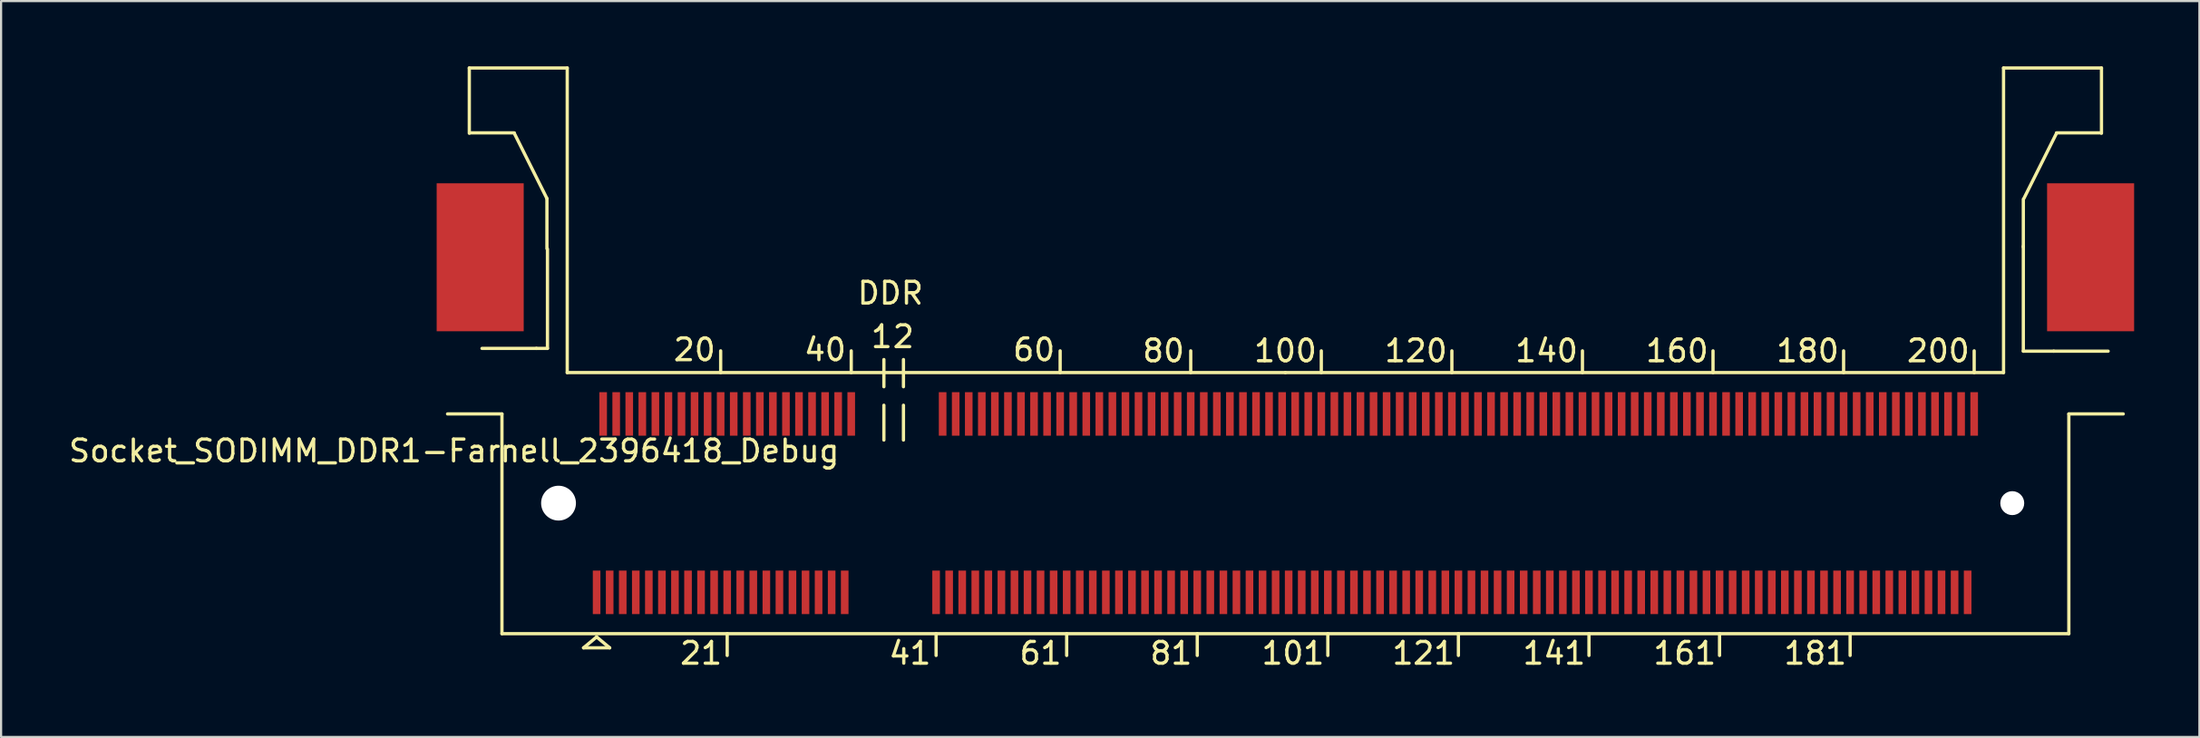
<source format=kicad_pcb>
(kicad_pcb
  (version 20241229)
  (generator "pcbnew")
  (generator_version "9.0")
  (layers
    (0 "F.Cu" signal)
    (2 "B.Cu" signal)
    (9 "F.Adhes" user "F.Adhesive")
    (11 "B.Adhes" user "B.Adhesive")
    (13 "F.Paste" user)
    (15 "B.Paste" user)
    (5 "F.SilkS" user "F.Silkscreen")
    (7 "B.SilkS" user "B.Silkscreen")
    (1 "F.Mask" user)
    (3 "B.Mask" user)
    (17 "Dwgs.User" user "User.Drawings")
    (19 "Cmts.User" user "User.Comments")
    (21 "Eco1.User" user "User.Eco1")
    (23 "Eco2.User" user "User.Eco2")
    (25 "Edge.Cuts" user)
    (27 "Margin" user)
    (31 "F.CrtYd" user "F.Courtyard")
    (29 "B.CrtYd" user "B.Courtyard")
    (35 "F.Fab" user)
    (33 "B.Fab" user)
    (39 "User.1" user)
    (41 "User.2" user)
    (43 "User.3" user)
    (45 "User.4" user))
  (footprint "Socket_SODIMM_DDR1-Farnell_2396418_Debug"
    (layer "F.Cu")
    (at 56.015 20.075)
    (property "Reference" "Socket_SODIMM_DDR1-Farnell_2396418_Debug" (at -38.2 -2.4 0) (layer "F.SilkS") (effects (font (size 1 1) (thickness 0.15))))
    (attr smd)
    (fp_line (start -37.5 -20) (end -37.5 -17) (stroke (width 0.15) (type solid)) (layer "F.SilkS"))
    (fp_line (start -37.465 -17.018) (end -35.433 -17.018) (stroke (width 0.15) (type solid)) (layer "F.SilkS"))
    (fp_line (start -36 -4.1) (end -38.5 -4.1) (stroke (width 0.15) (type solid)) (layer "F.SilkS"))
    (fp_line (start -36 -4.1) (end -36 6) (stroke (width 0.15) (type solid)) (layer "F.SilkS"))
    (fp_line (start -36 6) (end 36 6) (stroke (width 0.15) (type solid)) (layer "F.SilkS"))
    (fp_line (start -35.433 -17) (end -33.933 -14) (stroke (width 0.15) (type solid)) (layer "F.SilkS"))
    (fp_line (start -34.417 -7.112) (end -36.917 -7.112) (stroke (width 0.15) (type solid)) (layer "F.SilkS"))
    (fp_line (start -33.933 -14) (end -33.933 -11.7) (stroke (width 0.15) (type solid)) (layer "F.SilkS"))
    (fp_line (start -33.909 -11.684) (end -33.909 -7.112) (stroke (width 0.15) (type solid)) (layer "F.SilkS"))
    (fp_line (start -33.909 -7.112) (end -34.417 -7.112) (stroke (width 0.15) (type solid)) (layer "F.SilkS"))
    (fp_line (start -33 -20) (end -37.5 -20) (stroke (width 0.15) (type solid)) (layer "F.SilkS"))
    (fp_line (start -33 -6) (end -33 -20) (stroke (width 0.15) (type solid)) (layer "F.SilkS"))
    (fp_line (start -32.25 6.65) (end -31.65 6.15) (stroke (width 0.15) (type solid)) (layer "F.SilkS"))
    (fp_line (start -31.65 6.15) (end -31.05 6.65) (stroke (width 0.15) (type solid)) (layer "F.SilkS"))
    (fp_line (start -31.05 6.65) (end -32.25 6.65) (stroke (width 0.15) (type solid)) (layer "F.SilkS"))
    (fp_line (start -25.95 -6) (end -25.95 -7) (stroke (width 0.15) (type solid)) (layer "F.SilkS"))
    (fp_line (start -25.65 7) (end -25.65 6) (stroke (width 0.15) (type solid)) (layer "F.SilkS"))
    (fp_line (start -19.95 -6) (end -19.95 -7) (stroke (width 0.15) (type solid)) (layer "F.SilkS"))
    (fp_line (start -18.45 -5.35) (end -18.45 -6.6) (stroke (width 0.15) (type solid)) (layer "F.SilkS"))
    (fp_line (start -18.45 -4.5) (end -18.45 -2.9) (stroke (width 0.15) (type solid)) (layer "F.SilkS"))
    (fp_line (start -17.55 -5.35) (end -17.55 -6.6) (stroke (width 0.15) (type solid)) (layer "F.SilkS"))
    (fp_line (start -17.55 -4.5) (end -17.55 -2.9) (stroke (width 0.15) (type solid)) (layer "F.SilkS"))
    (fp_line (start -16.05 7) (end -16.05 6) (stroke (width 0.15) (type solid)) (layer "F.SilkS"))
    (fp_line (start -10.35 -6) (end -10.35 -7) (stroke (width 0.15) (type solid)) (layer "F.SilkS"))
    (fp_line (start -10.05 7) (end -10.05 6) (stroke (width 0.15) (type solid)) (layer "F.SilkS"))
    (fp_line (start -4.35 -6) (end -4.35 -7) (stroke (width 0.15) (type solid)) (layer "F.SilkS"))
    (fp_line (start -4.05 7) (end -4.05 6) (stroke (width 0.15) (type solid)) (layer "F.SilkS"))
    (fp_line (start 0 -6) (end -33 -6) (stroke (width 0.15) (type solid)) (layer "F.SilkS"))
    (fp_line (start 1.65 -6) (end 1.65 -7) (stroke (width 0.15) (type solid)) (layer "F.SilkS"))
    (fp_line (start 1.95 7) (end 1.95 6) (stroke (width 0.15) (type solid)) (layer "F.SilkS"))
    (fp_line (start 7.65 -6) (end 7.65 -7) (stroke (width 0.15) (type solid)) (layer "F.SilkS"))
    (fp_line (start 7.95 7) (end 7.95 6) (stroke (width 0.15) (type solid)) (layer "F.SilkS"))
    (fp_line (start 13.65 -6) (end 13.65 -7) (stroke (width 0.15) (type solid)) (layer "F.SilkS"))
    (fp_line (start 13.95 7) (end 13.95 6) (stroke (width 0.15) (type solid)) (layer "F.SilkS"))
    (fp_line (start 19.65 -6) (end 19.65 -7) (stroke (width 0.15) (type solid)) (layer "F.SilkS"))
    (fp_line (start 19.95 7) (end 19.95 6) (stroke (width 0.15) (type solid)) (layer "F.SilkS"))
    (fp_line (start 25.65 -6) (end 25.65 -7) (stroke (width 0.15) (type solid)) (layer "F.SilkS"))
    (fp_line (start 25.95 7) (end 25.95 6) (stroke (width 0.15) (type solid)) (layer "F.SilkS"))
    (fp_line (start 31.65 -6) (end 31.65 -7) (stroke (width 0.15) (type solid)) (layer "F.SilkS"))
    (fp_line (start 33 -20) (end 33 -6) (stroke (width 0.15) (type solid)) (layer "F.SilkS"))
    (fp_line (start 33 -6) (end 0 -6) (stroke (width 0.15) (type solid)) (layer "F.SilkS"))
    (fp_line (start 33.909 -13.97) (end 33.909 -11.77) (stroke (width 0.15) (type solid)) (layer "F.SilkS"))
    (fp_line (start 33.909 -11.811) (end 33.909 -6.985) (stroke (width 0.15) (type solid)) (layer "F.SilkS"))
    (fp_line (start 33.909 -6.985) (end 35.306 -6.985) (stroke (width 0.15) (type solid)) (layer "F.SilkS"))
    (fp_line (start 33.933 -14) (end 35.433 -17) (stroke (width 0.15) (type solid)) (layer "F.SilkS"))
    (fp_line (start 35.306 -6.985) (end 37.806 -6.985) (stroke (width 0.15) (type solid)) (layer "F.SilkS"))
    (fp_line (start 36 -4.1) (end 38.5 -4.1) (stroke (width 0.15) (type solid)) (layer "F.SilkS"))
    (fp_line (start 36 6) (end 36 -4.1) (stroke (width 0.15) (type solid)) (layer "F.SilkS"))
    (fp_line (start 37.465 -17.018) (end 35.433 -17.018) (stroke (width 0.15) (type solid)) (layer "F.SilkS"))
    (fp_line (start 37.5 -20) (end 33 -20) (stroke (width 0.15) (type solid)) (layer "F.SilkS"))
    (fp_line (start 37.5 -17) (end 37.5 -20) (stroke (width 0.15) (type solid)) (layer "F.SilkS"))
    (fp_text user "101" (at 0.35 6.9 0) (layer "F.SilkS") (effects (font (size 1 1) (thickness 0.15))))
    (fp_text user "140" (at 12 -7 0) (layer "F.SilkS") (effects (font (size 1 1) (thickness 0.15))))
    (fp_text user "61" (at -11.25 6.9 0) (layer "F.SilkS") (effects (font (size 1 1) (thickness 0.15))))
    (fp_text user "60" (at -11.55 -7.05 0) (layer "F.SilkS") (effects (font (size 1 1) (thickness 0.15))))
    (fp_text user "180" (at 24 -7 0) (layer "F.SilkS") (effects (font (size 1 1) (thickness 0.15))))
    (fp_text user "DDR" (at -18.15 -9.65 0) (layer "F.SilkS") (effects (font (size 1 1) (thickness 0.15))))
    (fp_text user "121" (at 6.35 6.9 0) (layer "F.SilkS") (effects (font (size 1 1) (thickness 0.15))))
    (fp_text user "80" (at -5.6 -7 0) (layer "F.SilkS") (effects (font (size 1 1) (thickness 0.15))))
    (fp_text user "1" (at -18.55 -7.65 0) (layer "F.SilkS") (effects (font (size 1 1) (thickness 0.15))))
    (fp_text user "161" (at 18.35 6.9 0) (layer "F.SilkS") (effects (font (size 1 1) (thickness 0.15))))
    (fp_text user "120" (at 6 -7 0) (layer "F.SilkS") (effects (font (size 1 1) (thickness 0.15))))
    (fp_text user "41" (at -17.25 6.9 0) (layer "F.SilkS") (effects (font (size 1 1) (thickness 0.15))))
    (fp_text user "21" (at -26.85 6.9 0) (layer "F.SilkS") (effects (font (size 1 1) (thickness 0.15))))
    (fp_text user "100" (at 0 -7 0) (layer "F.SilkS") (effects (font (size 1 1) (thickness 0.15))))
    (fp_text user "2" (at -17.55 -7.65 0) (layer "F.SilkS") (effects (font (size 1 1) (thickness 0.15))))
    (fp_text user "160" (at 18 -7 0) (layer "F.SilkS") (effects (font (size 1 1) (thickness 0.15))))
    (fp_text user "200" (at 30 -7 0) (layer "F.SilkS") (effects (font (size 1 1) (thickness 0.15))))
    (fp_text user "141" (at 12.35 6.9 0) (layer "F.SilkS") (effects (font (size 1 1) (thickness 0.15))))
    (fp_text user "40" (at -21.15 -7.05 0) (layer "F.SilkS") (effects (font (size 1 1) (thickness 0.15))))
    (fp_text user "181" (at 24.35 6.9 0) (layer "F.SilkS") (effects (font (size 1 1) (thickness 0.15))))
    (fp_text user "20" (at -27.15 -7.05 0) (layer "F.SilkS") (effects (font (size 1 1) (thickness 0.15))))
    (fp_text user "81" (at -5.25 6.9 0) (layer "F.SilkS") (effects (font (size 1 1) (thickness 0.15))))
    (pad "" smd rect (at -37 -11.3) (size 4 6.8) (layers "F.Cu" "F.Mask" "F.Paste"))
    (pad "" np_thru_hole circle (at -33.4 0) (size 1.6 1.6) (drill 1.6) (layers "*.Cu" "*.Mask"))
    (pad "" np_thru_hole circle (at 33.4 0) (size 1.1 1.1) (drill 1.1) (layers "*.Cu" "*.Mask"))
    (pad "" smd rect (at 37 -11.3) (size 4 6.8) (layers "F.Cu" "F.Mask" "F.Paste"))
    (pad "1" smd rect (at -31.65 4.1) (size 0.35 2) (layers "F.Cu" "F.Mask" "F.Paste"))
    (pad "2" smd rect (at -31.35 -4.1) (size 0.35 2) (layers "F.Cu" "F.Mask" "F.Paste"))
    (pad "3" smd rect (at -31.05 4.1) (size 0.35 2) (layers "F.Cu" "F.Mask" "F.Paste"))
    (pad "4" smd rect (at -30.75 -4.1) (size 0.35 2) (layers "F.Cu" "F.Mask" "F.Paste"))
    (pad "5" smd rect (at -30.45 4.1) (size 0.35 2) (layers "F.Cu" "F.Mask" "F.Paste"))
    (pad "6" smd rect (at -30.15 -4.1) (size 0.35 2) (layers "F.Cu" "F.Mask" "F.Paste"))
    (pad "7" smd rect (at -29.85 4.1) (size 0.35 2) (layers "F.Cu" "F.Mask" "F.Paste"))
    (pad "8" smd rect (at -29.55 -4.1) (size 0.35 2) (layers "F.Cu" "F.Mask" "F.Paste"))
    (pad "9" smd rect (at -29.25 4.1) (size 0.35 2) (layers "F.Cu" "F.Mask" "F.Paste"))
    (pad "10" smd rect (at -28.95 -4.1) (size 0.35 2) (layers "F.Cu" "F.Mask" "F.Paste"))
    (pad "11" smd rect (at -28.65 4.1) (size 0.35 2) (layers "F.Cu" "F.Mask" "F.Paste"))
    (pad "12" smd rect (at -28.35 -4.1) (size 0.35 2) (layers "F.Cu" "F.Mask" "F.Paste"))
    (pad "13" smd rect (at -28.05 4.1) (size 0.35 2) (layers "F.Cu" "F.Mask" "F.Paste"))
    (pad "14" smd rect (at -27.75 -4.1) (size 0.35 2) (layers "F.Cu" "F.Mask" "F.Paste"))
    (pad "15" smd rect (at -27.45 4.1) (size 0.35 2) (layers "F.Cu" "F.Mask" "F.Paste"))
    (pad "16" smd rect (at -27.15 -4.1) (size 0.35 2) (layers "F.Cu" "F.Mask" "F.Paste"))
    (pad "17" smd rect (at -26.85 4.1) (size 0.35 2) (layers "F.Cu" "F.Mask" "F.Paste"))
    (pad "18" smd rect (at -26.55 -4.1) (size 0.35 2) (layers "F.Cu" "F.Mask" "F.Paste"))
    (pad "19" smd rect (at -26.25 4.1) (size 0.35 2) (layers "F.Cu" "F.Mask" "F.Paste"))
    (pad "20" smd rect (at -25.95 -4.1) (size 0.35 2) (layers "F.Cu" "F.Mask" "F.Paste"))
    (pad "21" smd rect (at -25.65 4.1) (size 0.35 2) (layers "F.Cu" "F.Mask" "F.Paste"))
    (pad "22" smd rect (at -25.35 -4.1) (size 0.35 2) (layers "F.Cu" "F.Mask" "F.Paste"))
    (pad "23" smd rect (at -25.05 4.1) (size 0.35 2) (layers "F.Cu" "F.Mask" "F.Paste"))
    (pad "24" smd rect (at -24.75 -4.1) (size 0.35 2) (layers "F.Cu" "F.Mask" "F.Paste"))
    (pad "25" smd rect (at -24.45 4.1) (size 0.35 2) (layers "F.Cu" "F.Mask" "F.Paste"))
    (pad "26" smd rect (at -24.15 -4.1) (size 0.35 2) (layers "F.Cu" "F.Mask" "F.Paste"))
    (pad "27" smd rect (at -23.85 4.1) (size 0.35 2) (layers "F.Cu" "F.Mask" "F.Paste"))
    (pad "28" smd rect (at -23.55 -4.1) (size 0.35 2) (layers "F.Cu" "F.Mask" "F.Paste"))
    (pad "29" smd rect (at -23.25 4.1) (size 0.35 2) (layers "F.Cu" "F.Mask" "F.Paste"))
    (pad "30" smd rect (at -22.95 -4.1) (size 0.35 2) (layers "F.Cu" "F.Mask" "F.Paste"))
    (pad "31" smd rect (at -22.65 4.1) (size 0.35 2) (layers "F.Cu" "F.Mask" "F.Paste"))
    (pad "32" smd rect (at -22.35 -4.1) (size 0.35 2) (layers "F.Cu" "F.Mask" "F.Paste"))
    (pad "33" smd rect (at -22.05 4.1) (size 0.35 2) (layers "F.Cu" "F.Mask" "F.Paste"))
    (pad "34" smd rect (at -21.75 -4.1) (size 0.35 2) (layers "F.Cu" "F.Mask" "F.Paste"))
    (pad "35" smd rect (at -21.45 4.1) (size 0.35 2) (layers "F.Cu" "F.Mask" "F.Paste"))
    (pad "36" smd rect (at -21.15 -4.1) (size 0.35 2) (layers "F.Cu" "F.Mask" "F.Paste"))
    (pad "37" smd rect (at -20.85 4.1) (size 0.35 2) (layers "F.Cu" "F.Mask" "F.Paste"))
    (pad "38" smd rect (at -20.55 -4.1) (size 0.35 2) (layers "F.Cu" "F.Mask" "F.Paste"))
    (pad "39" smd rect (at -20.25 4.1) (size 0.35 2) (layers "F.Cu" "F.Mask" "F.Paste"))
    (pad "40" smd rect (at -19.95 -4.1) (size 0.35 2) (layers "F.Cu" "F.Mask" "F.Paste"))
    (pad "41" smd rect (at -16.05 4.1) (size 0.35 2) (layers "F.Cu" "F.Mask" "F.Paste"))
    (pad "42" smd rect (at -15.75 -4.1) (size 0.35 2) (layers "F.Cu" "F.Mask" "F.Paste"))
    (pad "43" smd rect (at -15.45 4.1) (size 0.35 2) (layers "F.Cu" "F.Mask" "F.Paste"))
    (pad "44" smd rect (at -15.15 -4.1) (size 0.35 2) (layers "F.Cu" "F.Mask" "F.Paste"))
    (pad "45" smd rect (at -14.85 4.1) (size 0.35 2) (layers "F.Cu" "F.Mask" "F.Paste"))
    (pad "46" smd rect (at -14.55 -4.1) (size 0.35 2) (layers "F.Cu" "F.Mask" "F.Paste"))
    (pad "47" smd rect (at -14.25 4.1) (size 0.35 2) (layers "F.Cu" "F.Mask" "F.Paste"))
    (pad "48" smd rect (at -13.95 -4.1) (size 0.35 2) (layers "F.Cu" "F.Mask" "F.Paste"))
    (pad "49" smd rect (at -13.65 4.1) (size 0.35 2) (layers "F.Cu" "F.Mask" "F.Paste"))
    (pad "50" smd rect (at -13.35 -4.1) (size 0.35 2) (layers "F.Cu" "F.Mask" "F.Paste"))
    (pad "51" smd rect (at -13.05 4.1) (size 0.35 2) (layers "F.Cu" "F.Mask" "F.Paste"))
    (pad "52" smd rect (at -12.75 -4.1) (size 0.35 2) (layers "F.Cu" "F.Mask" "F.Paste"))
    (pad "53" smd rect (at -12.45 4.1) (size 0.35 2) (layers "F.Cu" "F.Mask" "F.Paste"))
    (pad "54" smd rect (at -12.15 -4.1) (size 0.35 2) (layers "F.Cu" "F.Mask" "F.Paste"))
    (pad "55" smd rect (at -11.85 4.1) (size 0.35 2) (layers "F.Cu" "F.Mask" "F.Paste"))
    (pad "56" smd rect (at -11.55 -4.1) (size 0.35 2) (layers "F.Cu" "F.Mask" "F.Paste"))
    (pad "57" smd rect (at -11.25 4.1) (size 0.35 2) (layers "F.Cu" "F.Mask" "F.Paste"))
    (pad "58" smd rect (at -10.95 -4.1) (size 0.35 2) (layers "F.Cu" "F.Mask" "F.Paste"))
    (pad "59" smd rect (at -10.65 4.1) (size 0.35 2) (layers "F.Cu" "F.Mask" "F.Paste"))
    (pad "60" smd rect (at -10.35 -4.1) (size 0.35 2) (layers "F.Cu" "F.Mask" "F.Paste"))
    (pad "61" smd rect (at -10.05 4.1) (size 0.35 2) (layers "F.Cu" "F.Mask" "F.Paste"))
    (pad "62" smd rect (at -9.75 -4.1) (size 0.35 2) (layers "F.Cu" "F.Mask" "F.Paste"))
    (pad "63" smd rect (at -9.45 4.1) (size 0.35 2) (layers "F.Cu" "F.Mask" "F.Paste"))
    (pad "64" smd rect (at -9.15 -4.1) (size 0.35 2) (layers "F.Cu" "F.Mask" "F.Paste"))
    (pad "65" smd rect (at -8.85 4.1) (size 0.35 2) (layers "F.Cu" "F.Mask" "F.Paste"))
    (pad "66" smd rect (at -8.55 -4.1) (size 0.35 2) (layers "F.Cu" "F.Mask" "F.Paste"))
    (pad "67" smd rect (at -8.25 4.1) (size 0.35 2) (layers "F.Cu" "F.Mask" "F.Paste"))
    (pad "68" smd rect (at -7.95 -4.1) (size 0.35 2) (layers "F.Cu" "F.Mask" "F.Paste"))
    (pad "69" smd rect (at -7.65 4.1) (size 0.35 2) (layers "F.Cu" "F.Mask" "F.Paste"))
    (pad "70" smd rect (at -7.35 -4.1) (size 0.35 2) (layers "F.Cu" "F.Mask" "F.Paste"))
    (pad "71" smd rect (at -7.05 4.1) (size 0.35 2) (layers "F.Cu" "F.Mask" "F.Paste"))
    (pad "72" smd rect (at -6.75 -4.1) (size 0.35 2) (layers "F.Cu" "F.Mask" "F.Paste"))
    (pad "73" smd rect (at -6.45 4.1) (size 0.35 2) (layers "F.Cu" "F.Mask" "F.Paste"))
    (pad "74" smd rect (at -6.15 -4.1) (size 0.35 2) (layers "F.Cu" "F.Mask" "F.Paste"))
    (pad "75" smd rect (at -5.85 4.1) (size 0.35 2) (layers "F.Cu" "F.Mask" "F.Paste"))
    (pad "76" smd rect (at -5.55 -4.1) (size 0.35 2) (layers "F.Cu" "F.Mask" "F.Paste"))
    (pad "77" smd rect (at -5.25 4.1) (size 0.35 2) (layers "F.Cu" "F.Mask" "F.Paste"))
    (pad "78" smd rect (at -4.95 -4.1) (size 0.35 2) (layers "F.Cu" "F.Mask" "F.Paste"))
    (pad "79" smd rect (at -4.65 4.1) (size 0.35 2) (layers "F.Cu" "F.Mask" "F.Paste"))
    (pad "80" smd rect (at -4.35 -4.1) (size 0.35 2) (layers "F.Cu" "F.Mask" "F.Paste"))
    (pad "81" smd rect (at -4.05 4.1) (size 0.35 2) (layers "F.Cu" "F.Mask" "F.Paste"))
    (pad "82" smd rect (at -3.75 -4.1) (size 0.35 2) (layers "F.Cu" "F.Mask" "F.Paste"))
    (pad "83" smd rect (at -3.45 4.1) (size 0.35 2) (layers "F.Cu" "F.Mask" "F.Paste"))
    (pad "84" smd rect (at -3.15 -4.1) (size 0.35 2) (layers "F.Cu" "F.Mask" "F.Paste"))
    (pad "85" smd rect (at -2.85 4.1) (size 0.35 2) (layers "F.Cu" "F.Mask" "F.Paste"))
    (pad "86" smd rect (at -2.55 -4.1) (size 0.35 2) (layers "F.Cu" "F.Mask" "F.Paste"))
    (pad "87" smd rect (at -2.25 4.1) (size 0.35 2) (layers "F.Cu" "F.Mask" "F.Paste"))
    (pad "88" smd rect (at -1.95 -4.1) (size 0.35 2) (layers "F.Cu" "F.Mask" "F.Paste"))
    (pad "89" smd rect (at -1.65 4.1) (size 0.35 2) (layers "F.Cu" "F.Mask" "F.Paste"))
    (pad "90" smd rect (at -1.35 -4.1) (size 0.35 2) (layers "F.Cu" "F.Mask" "F.Paste"))
    (pad "91" smd rect (at -1.05 4.1) (size 0.35 2) (layers "F.Cu" "F.Mask" "F.Paste"))
    (pad "92" smd rect (at -0.75 -4.1) (size 0.35 2) (layers "F.Cu" "F.Mask" "F.Paste"))
    (pad "93" smd rect (at -0.45 4.1) (size 0.35 2) (layers "F.Cu" "F.Mask" "F.Paste"))
    (pad "94" smd rect (at -0.15 -4.1) (size 0.35 2) (layers "F.Cu" "F.Mask" "F.Paste"))
    (pad "95" smd rect (at 0.15 4.1) (size 0.35 2) (layers "F.Cu" "F.Mask" "F.Paste"))
    (pad "96" smd rect (at 0.45 -4.1) (size 0.35 2) (layers "F.Cu" "F.Mask" "F.Paste"))
    (pad "97" smd rect (at 0.75 4.1) (size 0.35 2) (layers "F.Cu" "F.Mask" "F.Paste"))
    (pad "98" smd rect (at 1.05 -4.1) (size 0.35 2) (layers "F.Cu" "F.Mask" "F.Paste"))
    (pad "99" smd rect (at 1.35 4.1) (size 0.35 2) (layers "F.Cu" "F.Mask" "F.Paste"))
    (pad "100" smd rect (at 1.65 -4.1) (size 0.35 2) (layers "F.Cu" "F.Mask" "F.Paste"))
    (pad "101" smd rect (at 1.95 4.1) (size 0.35 2) (layers "F.Cu" "F.Mask" "F.Paste"))
    (pad "102" smd rect (at 2.25 -4.1) (size 0.35 2) (layers "F.Cu" "F.Mask" "F.Paste"))
    (pad "103" smd rect (at 2.55 4.1) (size 0.35 2) (layers "F.Cu" "F.Mask" "F.Paste"))
    (pad "104" smd rect (at 2.85 -4.1) (size 0.35 2) (layers "F.Cu" "F.Mask" "F.Paste"))
    (pad "105" smd rect (at 3.15 4.1) (size 0.35 2) (layers "F.Cu" "F.Mask" "F.Paste"))
    (pad "106" smd rect (at 3.45 -4.1) (size 0.35 2) (layers "F.Cu" "F.Mask" "F.Paste"))
    (pad "107" smd rect (at 3.75 4.1) (size 0.35 2) (layers "F.Cu" "F.Mask" "F.Paste"))
    (pad "108" smd rect (at 4.05 -4.1) (size 0.35 2) (layers "F.Cu" "F.Mask" "F.Paste"))
    (pad "109" smd rect (at 4.35 4.1) (size 0.35 2) (layers "F.Cu" "F.Mask" "F.Paste"))
    (pad "110" smd rect (at 4.65 -4.1) (size 0.35 2) (layers "F.Cu" "F.Mask" "F.Paste"))
    (pad "111" smd rect (at 4.95 4.1) (size 0.35 2) (layers "F.Cu" "F.Mask" "F.Paste"))
    (pad "112" smd rect (at 5.25 -4.1) (size 0.35 2) (layers "F.Cu" "F.Mask" "F.Paste"))
    (pad "113" smd rect (at 5.55 4.1) (size 0.35 2) (layers "F.Cu" "F.Mask" "F.Paste"))
    (pad "114" smd rect (at 5.85 -4.1) (size 0.35 2) (layers "F.Cu" "F.Mask" "F.Paste"))
    (pad "115" smd rect (at 6.15 4.1) (size 0.35 2) (layers "F.Cu" "F.Mask" "F.Paste"))
    (pad "116" smd rect (at 6.45 -4.1) (size 0.35 2) (layers "F.Cu" "F.Mask" "F.Paste"))
    (pad "117" smd rect (at 6.75 4.1) (size 0.35 2) (layers "F.Cu" "F.Mask" "F.Paste"))
    (pad "118" smd rect (at 7.05 -4.1) (size 0.35 2) (layers "F.Cu" "F.Mask" "F.Paste"))
    (pad "119" smd rect (at 7.35 4.1) (size 0.35 2) (layers "F.Cu" "F.Mask" "F.Paste"))
    (pad "120" smd rect (at 7.65 -4.1) (size 0.35 2) (layers "F.Cu" "F.Mask" "F.Paste"))
    (pad "121" smd rect (at 7.95 4.1) (size 0.35 2) (layers "F.Cu" "F.Mask" "F.Paste"))
    (pad "122" smd rect (at 8.25 -4.1) (size 0.35 2) (layers "F.Cu" "F.Mask" "F.Paste"))
    (pad "123" smd rect (at 8.55 4.1) (size 0.35 2) (layers "F.Cu" "F.Mask" "F.Paste"))
    (pad "124" smd rect (at 8.85 -4.1) (size 0.35 2) (layers "F.Cu" "F.Mask" "F.Paste"))
    (pad "125" smd rect (at 9.15 4.1) (size 0.35 2) (layers "F.Cu" "F.Mask" "F.Paste"))
    (pad "126" smd rect (at 9.45 -4.1) (size 0.35 2) (layers "F.Cu" "F.Mask" "F.Paste"))
    (pad "127" smd rect (at 9.75 4.1) (size 0.35 2) (layers "F.Cu" "F.Mask" "F.Paste"))
    (pad "128" smd rect (at 10.05 -4.1) (size 0.35 2) (layers "F.Cu" "F.Mask" "F.Paste"))
    (pad "129" smd rect (at 10.35 4.1) (size 0.35 2) (layers "F.Cu" "F.Mask" "F.Paste"))
    (pad "130" smd rect (at 10.65 -4.1) (size 0.35 2) (layers "F.Cu" "F.Mask" "F.Paste"))
    (pad "131" smd rect (at 10.95 4.1) (size 0.35 2) (layers "F.Cu" "F.Mask" "F.Paste"))
    (pad "132" smd rect (at 11.25 -4.1) (size 0.35 2) (layers "F.Cu" "F.Mask" "F.Paste"))
    (pad "133" smd rect (at 11.55 4.1) (size 0.35 2) (layers "F.Cu" "F.Mask" "F.Paste"))
    (pad "134" smd rect (at 11.85 -4.1) (size 0.35 2) (layers "F.Cu" "F.Mask" "F.Paste"))
    (pad "135" smd rect (at 12.15 4.1) (size 0.35 2) (layers "F.Cu" "F.Mask" "F.Paste"))
    (pad "136" smd rect (at 12.45 -4.1) (size 0.35 2) (layers "F.Cu" "F.Mask" "F.Paste"))
    (pad "137" smd rect (at 12.75 4.1) (size 0.35 2) (layers "F.Cu" "F.Mask" "F.Paste"))
    (pad "138" smd rect (at 13.05 -4.1) (size 0.35 2) (layers "F.Cu" "F.Mask" "F.Paste"))
    (pad "139" smd rect (at 13.35 4.1) (size 0.35 2) (layers "F.Cu" "F.Mask" "F.Paste"))
    (pad "140" smd rect (at 13.65 -4.1) (size 0.35 2) (layers "F.Cu" "F.Mask" "F.Paste"))
    (pad "141" smd rect (at 13.95 4.1) (size 0.35 2) (layers "F.Cu" "F.Mask" "F.Paste"))
    (pad "142" smd rect (at 14.25 -4.1) (size 0.35 2) (layers "F.Cu" "F.Mask" "F.Paste"))
    (pad "143" smd rect (at 14.55 4.1) (size 0.35 2) (layers "F.Cu" "F.Mask" "F.Paste"))
    (pad "144" smd rect (at 14.85 -4.1) (size 0.35 2) (layers "F.Cu" "F.Mask" "F.Paste"))
    (pad "145" smd rect (at 15.15 4.1) (size 0.35 2) (layers "F.Cu" "F.Mask" "F.Paste"))
    (pad "146" smd rect (at 15.45 -4.1) (size 0.35 2) (layers "F.Cu" "F.Mask" "F.Paste"))
    (pad "147" smd rect (at 15.75 4.1) (size 0.35 2) (layers "F.Cu" "F.Mask" "F.Paste"))
    (pad "148" smd rect (at 16.05 -4.1) (size 0.35 2) (layers "F.Cu" "F.Mask" "F.Paste"))
    (pad "149" smd rect (at 16.35 4.1) (size 0.35 2) (layers "F.Cu" "F.Mask" "F.Paste"))
    (pad "150" smd rect (at 16.65 -4.1) (size 0.35 2) (layers "F.Cu" "F.Mask" "F.Paste"))
    (pad "151" smd rect (at 16.95 4.1) (size 0.35 2) (layers "F.Cu" "F.Mask" "F.Paste"))
    (pad "152" smd rect (at 17.25 -4.1) (size 0.35 2) (layers "F.Cu" "F.Mask" "F.Paste"))
    (pad "153" smd rect (at 17.55 4.1) (size 0.35 2) (layers "F.Cu" "F.Mask" "F.Paste"))
    (pad "154" smd rect (at 17.85 -4.1) (size 0.35 2) (layers "F.Cu" "F.Mask" "F.Paste"))
    (pad "155" smd rect (at 18.15 4.1) (size 0.35 2) (layers "F.Cu" "F.Mask" "F.Paste"))
    (pad "156" smd rect (at 18.45 -4.1) (size 0.35 2) (layers "F.Cu" "F.Mask" "F.Paste"))
    (pad "157" smd rect (at 18.75 4.1) (size 0.35 2) (layers "F.Cu" "F.Mask" "F.Paste"))
    (pad "158" smd rect (at 19.05 -4.1) (size 0.35 2) (layers "F.Cu" "F.Mask" "F.Paste"))
    (pad "159" smd rect (at 19.35 4.1) (size 0.35 2) (layers "F.Cu" "F.Mask" "F.Paste"))
    (pad "160" smd rect (at 19.65 -4.1) (size 0.35 2) (layers "F.Cu" "F.Mask" "F.Paste"))
    (pad "161" smd rect (at 19.95 4.1) (size 0.35 2) (layers "F.Cu" "F.Mask" "F.Paste"))
    (pad "162" smd rect (at 20.25 -4.1) (size 0.35 2) (layers "F.Cu" "F.Mask" "F.Paste"))
    (pad "163" smd rect (at 20.55 4.1) (size 0.35 2) (layers "F.Cu" "F.Mask" "F.Paste"))
    (pad "164" smd rect (at 20.85 -4.1) (size 0.35 2) (layers "F.Cu" "F.Mask" "F.Paste"))
    (pad "165" smd rect (at 21.15 4.1) (size 0.35 2) (layers "F.Cu" "F.Mask" "F.Paste"))
    (pad "166" smd rect (at 21.45 -4.1) (size 0.35 2) (layers "F.Cu" "F.Mask" "F.Paste"))
    (pad "167" smd rect (at 21.75 4.1) (size 0.35 2) (layers "F.Cu" "F.Mask" "F.Paste"))
    (pad "168" smd rect (at 22.05 -4.1) (size 0.35 2) (layers "F.Cu" "F.Mask" "F.Paste"))
    (pad "169" smd rect (at 22.35 4.1) (size 0.35 2) (layers "F.Cu" "F.Mask" "F.Paste"))
    (pad "170" smd rect (at 22.65 -4.1) (size 0.35 2) (layers "F.Cu" "F.Mask" "F.Paste"))
    (pad "171" smd rect (at 22.95 4.1) (size 0.35 2) (layers "F.Cu" "F.Mask" "F.Paste"))
    (pad "172" smd rect (at 23.25 -4.1) (size 0.35 2) (layers "F.Cu" "F.Mask" "F.Paste"))
    (pad "173" smd rect (at 23.55 4.1) (size 0.35 2) (layers "F.Cu" "F.Mask" "F.Paste"))
    (pad "174" smd rect (at 23.85 -4.1) (size 0.35 2) (layers "F.Cu" "F.Mask" "F.Paste"))
    (pad "175" smd rect (at 24.15 4.1) (size 0.35 2) (layers "F.Cu" "F.Mask" "F.Paste"))
    (pad "176" smd rect (at 24.45 -4.1) (size 0.35 2) (layers "F.Cu" "F.Mask" "F.Paste"))
    (pad "177" smd rect (at 24.75 4.1) (size 0.35 2) (layers "F.Cu" "F.Mask" "F.Paste"))
    (pad "178" smd rect (at 25.05 -4.1) (size 0.35 2) (layers "F.Cu" "F.Mask" "F.Paste"))
    (pad "179" smd rect (at 25.35 4.1) (size 0.35 2) (layers "F.Cu" "F.Mask" "F.Paste"))
    (pad "180" smd rect (at 25.65 -4.1) (size 0.35 2) (layers "F.Cu" "F.Mask" "F.Paste"))
    (pad "181" smd rect (at 25.95 4.1) (size 0.35 2) (layers "F.Cu" "F.Mask" "F.Paste"))
    (pad "182" smd rect (at 26.25 -4.1) (size 0.35 2) (layers "F.Cu" "F.Mask" "F.Paste"))
    (pad "183" smd rect (at 26.55 4.1) (size 0.35 2) (layers "F.Cu" "F.Mask" "F.Paste"))
    (pad "184" smd rect (at 26.85 -4.1) (size 0.35 2) (layers "F.Cu" "F.Mask" "F.Paste"))
    (pad "185" smd rect (at 27.15 4.1) (size 0.35 2) (layers "F.Cu" "F.Mask" "F.Paste"))
    (pad "186" smd rect (at 27.45 -4.1) (size 0.35 2) (layers "F.Cu" "F.Mask" "F.Paste"))
    (pad "187" smd rect (at 27.75 4.1) (size 0.35 2) (layers "F.Cu" "F.Mask" "F.Paste"))
    (pad "188" smd rect (at 28.05 -4.1) (size 0.35 2) (layers "F.Cu" "F.Mask" "F.Paste"))
    (pad "189" smd rect (at 28.35 4.1) (size 0.35 2) (layers "F.Cu" "F.Mask" "F.Paste"))
    (pad "190" smd rect (at 28.65 -4.1) (size 0.35 2) (layers "F.Cu" "F.Mask" "F.Paste"))
    (pad "191" smd rect (at 28.95 4.1) (size 0.35 2) (layers "F.Cu" "F.Mask" "F.Paste"))
    (pad "192" smd rect (at 29.25 -4.1) (size 0.35 2) (layers "F.Cu" "F.Mask" "F.Paste"))
    (pad "193" smd rect (at 29.55 4.1) (size 0.35 2) (layers "F.Cu" "F.Mask" "F.Paste"))
    (pad "194" smd rect (at 29.85 -4.1) (size 0.35 2) (layers "F.Cu" "F.Mask" "F.Paste"))
    (pad "195" smd rect (at 30.15 4.1) (size 0.35 2) (layers "F.Cu" "F.Mask" "F.Paste"))
    (pad "196" smd rect (at 30.45 -4.1) (size 0.35 2) (layers "F.Cu" "F.Mask" "F.Paste"))
    (pad "197" smd rect (at 30.75 4.1) (size 0.35 2) (layers "F.Cu" "F.Mask" "F.Paste"))
    (pad "198" smd rect (at 31.05 -4.1) (size 0.35 2) (layers "F.Cu" "F.Mask" "F.Paste"))
    (pad "199" smd rect (at 31.35 4.1) (size 0.35 2) (layers "F.Cu" "F.Mask" "F.Paste"))
    (pad "200" smd rect (at 31.65 -4.1) (size 0.35 2) (layers "F.Cu" "F.Mask" "F.Paste")))
  (gr_rect
    (start -3 -3)
    (end 98.015 30.823)
    (stroke (width 0.1) (type default))
    (fill no)
    (layer "Edge.Cuts")))
</source>
